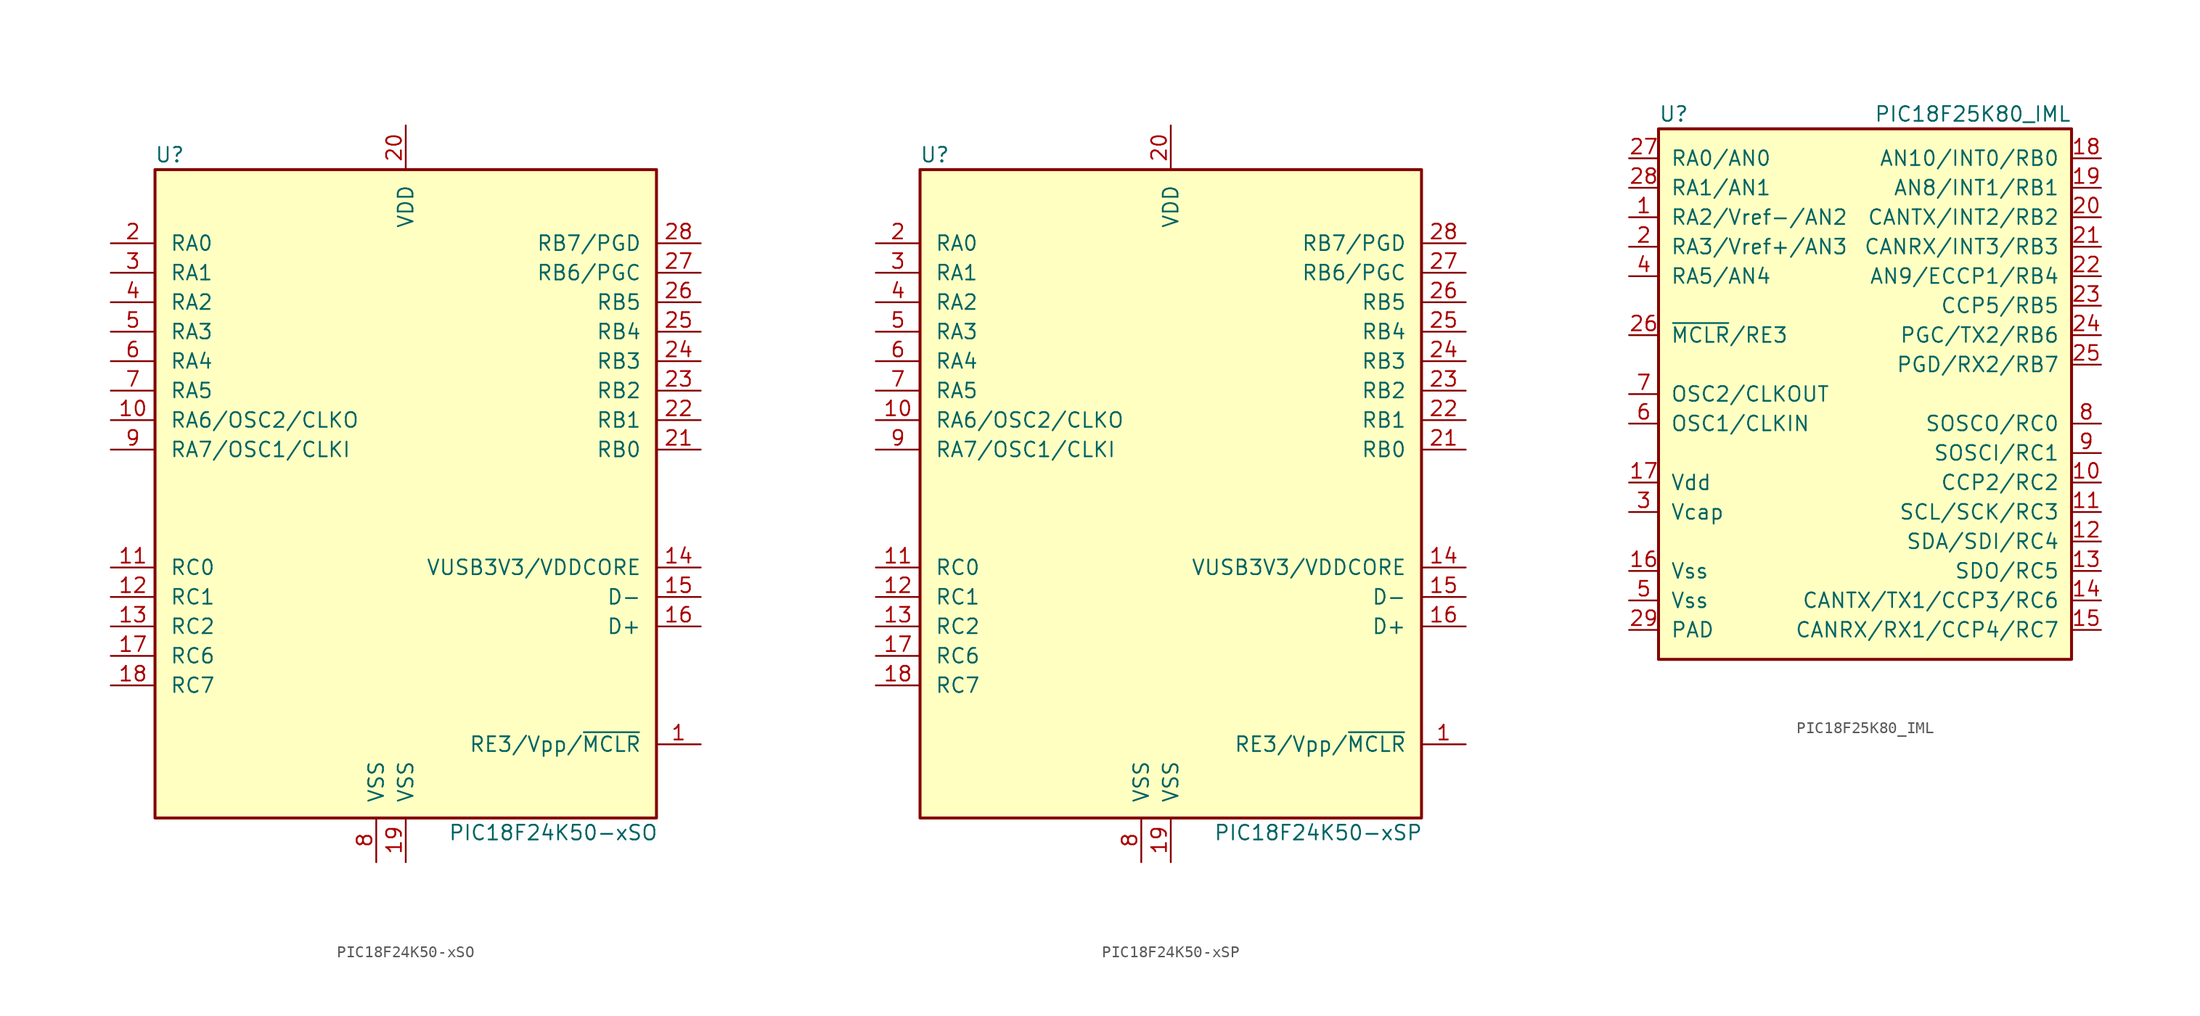
<source format=kicad_sym>
(kicad_symbol_lib
  (version 20211014)
  (generator kicad_symbol_editor)
  (symbol "PIC18F24K50-xSO"
    (pin_names
      (offset 1.27))
    (property "Reference" "U"
      (at -20.32 30.48 0)
      (effects (font (size 1.27 1.27))))
    (property "Value" "PIC18F24K50-xSO"
      (at 12.7 -27.94 0)
      (effects (font (size 1.27 1.27))))
    (symbol "PIC18F24K50-xSO_0_1"
      (rectangle (start -21.59 29.21) (end 21.59 -26.67) (stroke (width 0.254) (type default) (color 0 0 0 0)) (fill (type background))))
    (symbol "PIC18F24K50-xSO_1_1"
      (pin input line (at 25.4 -20.32 180) (length 3.81) (name "RE3/Vpp/~{MCLR}" (effects (font (size 1.27 1.27)))) (number "1" (effects (font (size 1.27 1.27)))))
      (pin output line (at -25.4 7.62 0) (length 3.81) (name "RA6/OSC2/CLKO" (effects (font (size 1.27 1.27)))) (number "10" (effects (font (size 1.27 1.27)))))
      (pin bidirectional line (at -25.4 -5.08 0) (length 3.81) (name "RC0" (effects (font (size 1.27 1.27)))) (number "11" (effects (font (size 1.27 1.27)))))
      (pin bidirectional line (at -25.4 -7.62 0) (length 3.81) (name "RC1" (effects (font (size 1.27 1.27)))) (number "12" (effects (font (size 1.27 1.27)))))
      (pin bidirectional line (at -25.4 -10.16 0) (length 3.81) (name "RC2" (effects (font (size 1.27 1.27)))) (number "13" (effects (font (size 1.27 1.27)))))
      (pin bidirectional line (at 25.4 -5.08 180) (length 3.81) (name "VUSB3V3/VDDCORE" (effects (font (size 1.27 1.27)))) (number "14" (effects (font (size 1.27 1.27)))))
      (pin bidirectional line (at 25.4 -7.62 180) (length 3.81) (name "D-" (effects (font (size 1.27 1.27)))) (number "15" (effects (font (size 1.27 1.27)))))
      (pin bidirectional line (at 25.4 -10.16 180) (length 3.81) (name "D+" (effects (font (size 1.27 1.27)))) (number "16" (effects (font (size 1.27 1.27)))))
      (pin bidirectional line (at -25.4 -12.7 0) (length 3.81) (name "RC6" (effects (font (size 1.27 1.27)))) (number "17" (effects (font (size 1.27 1.27)))))
      (pin bidirectional line (at -25.4 -15.24 0) (length 3.81) (name "RC7" (effects (font (size 1.27 1.27)))) (number "18" (effects (font (size 1.27 1.27)))))
      (pin power_in line (at 0 -30.48 90) (length 3.81) (name "VSS" (effects (font (size 1.27 1.27)))) (number "19" (effects (font (size 1.27 1.27)))))
      (pin bidirectional line (at -25.4 22.86 0) (length 3.81) (name "RA0" (effects (font (size 1.27 1.27)))) (number "2" (effects (font (size 1.27 1.27)))))
      (pin power_in line (at 0 33.02 270) (length 3.81) (name "VDD" (effects (font (size 1.27 1.27)))) (number "20" (effects (font (size 1.27 1.27)))))
      (pin bidirectional line (at 25.4 5.08 180) (length 3.81) (name "RB0" (effects (font (size 1.27 1.27)))) (number "21" (effects (font (size 1.27 1.27)))))
      (pin bidirectional line (at 25.4 7.62 180) (length 3.81) (name "RB1" (effects (font (size 1.27 1.27)))) (number "22" (effects (font (size 1.27 1.27)))))
      (pin bidirectional line (at 25.4 10.16 180) (length 3.81) (name "RB2" (effects (font (size 1.27 1.27)))) (number "23" (effects (font (size 1.27 1.27)))))
      (pin bidirectional line (at 25.4 12.7 180) (length 3.81) (name "RB3" (effects (font (size 1.27 1.27)))) (number "24" (effects (font (size 1.27 1.27)))))
      (pin bidirectional line (at 25.4 15.24 180) (length 3.81) (name "RB4" (effects (font (size 1.27 1.27)))) (number "25" (effects (font (size 1.27 1.27)))))
      (pin bidirectional line (at 25.4 17.78 180) (length 3.81) (name "RB5" (effects (font (size 1.27 1.27)))) (number "26" (effects (font (size 1.27 1.27)))))
      (pin bidirectional line (at 25.4 20.32 180) (length 3.81) (name "RB6/PGC" (effects (font (size 1.27 1.27)))) (number "27" (effects (font (size 1.27 1.27)))))
      (pin bidirectional line (at 25.4 22.86 180) (length 3.81) (name "RB7/PGD" (effects (font (size 1.27 1.27)))) (number "28" (effects (font (size 1.27 1.27)))))
      (pin bidirectional line (at -25.4 20.32 0) (length 3.81) (name "RA1" (effects (font (size 1.27 1.27)))) (number "3" (effects (font (size 1.27 1.27)))))
      (pin bidirectional line (at -25.4 17.78 0) (length 3.81) (name "RA2" (effects (font (size 1.27 1.27)))) (number "4" (effects (font (size 1.27 1.27)))))
      (pin bidirectional line (at -25.4 15.24 0) (length 3.81) (name "RA3" (effects (font (size 1.27 1.27)))) (number "5" (effects (font (size 1.27 1.27)))))
      (pin bidirectional line (at -25.4 12.7 0) (length 3.81) (name "RA4" (effects (font (size 1.27 1.27)))) (number "6" (effects (font (size 1.27 1.27)))))
      (pin bidirectional line (at -25.4 10.16 0) (length 3.81) (name "RA5" (effects (font (size 1.27 1.27)))) (number "7" (effects (font (size 1.27 1.27)))))
      (pin power_in line (at -2.54 -30.48 90) (length 3.81) (name "VSS" (effects (font (size 1.27 1.27)))) (number "8" (effects (font (size 1.27 1.27)))))
      (pin input line (at -25.4 5.08 0) (length 3.81) (name "RA7/OSC1/CLKI" (effects (font (size 1.27 1.27)))) (number "9" (effects (font (size 1.27 1.27)))))))
  (symbol "PIC18F24K50-xSP"
    (pin_names
      (offset 1.27))
    (property "Reference" "U"
      (at -20.32 30.48 0)
      (effects (font (size 1.27 1.27))))
    (property "Value" "PIC18F24K50-xSP"
      (at 12.7 -27.94 0)
      (effects (font (size 1.27 1.27))))
    (symbol "PIC18F24K50-xSP_0_1"
      (rectangle (start -21.59 29.21) (end 21.59 -26.67) (stroke (width 0.254) (type default) (color 0 0 0 0)) (fill (type background))))
    (symbol "PIC18F24K50-xSP_1_1"
      (pin input line (at 25.4 -20.32 180) (length 3.81) (name "RE3/Vpp/~{MCLR}" (effects (font (size 1.27 1.27)))) (number "1" (effects (font (size 1.27 1.27)))))
      (pin output line (at -25.4 7.62 0) (length 3.81) (name "RA6/OSC2/CLKO" (effects (font (size 1.27 1.27)))) (number "10" (effects (font (size 1.27 1.27)))))
      (pin bidirectional line (at -25.4 -5.08 0) (length 3.81) (name "RC0" (effects (font (size 1.27 1.27)))) (number "11" (effects (font (size 1.27 1.27)))))
      (pin bidirectional line (at -25.4 -7.62 0) (length 3.81) (name "RC1" (effects (font (size 1.27 1.27)))) (number "12" (effects (font (size 1.27 1.27)))))
      (pin bidirectional line (at -25.4 -10.16 0) (length 3.81) (name "RC2" (effects (font (size 1.27 1.27)))) (number "13" (effects (font (size 1.27 1.27)))))
      (pin bidirectional line (at 25.4 -5.08 180) (length 3.81) (name "VUSB3V3/VDDCORE" (effects (font (size 1.27 1.27)))) (number "14" (effects (font (size 1.27 1.27)))))
      (pin bidirectional line (at 25.4 -7.62 180) (length 3.81) (name "D-" (effects (font (size 1.27 1.27)))) (number "15" (effects (font (size 1.27 1.27)))))
      (pin bidirectional line (at 25.4 -10.16 180) (length 3.81) (name "D+" (effects (font (size 1.27 1.27)))) (number "16" (effects (font (size 1.27 1.27)))))
      (pin bidirectional line (at -25.4 -12.7 0) (length 3.81) (name "RC6" (effects (font (size 1.27 1.27)))) (number "17" (effects (font (size 1.27 1.27)))))
      (pin bidirectional line (at -25.4 -15.24 0) (length 3.81) (name "RC7" (effects (font (size 1.27 1.27)))) (number "18" (effects (font (size 1.27 1.27)))))
      (pin power_in line (at 0 -30.48 90) (length 3.81) (name "VSS" (effects (font (size 1.27 1.27)))) (number "19" (effects (font (size 1.27 1.27)))))
      (pin bidirectional line (at -25.4 22.86 0) (length 3.81) (name "RA0" (effects (font (size 1.27 1.27)))) (number "2" (effects (font (size 1.27 1.27)))))
      (pin power_in line (at 0 33.02 270) (length 3.81) (name "VDD" (effects (font (size 1.27 1.27)))) (number "20" (effects (font (size 1.27 1.27)))))
      (pin bidirectional line (at 25.4 5.08 180) (length 3.81) (name "RB0" (effects (font (size 1.27 1.27)))) (number "21" (effects (font (size 1.27 1.27)))))
      (pin bidirectional line (at 25.4 7.62 180) (length 3.81) (name "RB1" (effects (font (size 1.27 1.27)))) (number "22" (effects (font (size 1.27 1.27)))))
      (pin bidirectional line (at 25.4 10.16 180) (length 3.81) (name "RB2" (effects (font (size 1.27 1.27)))) (number "23" (effects (font (size 1.27 1.27)))))
      (pin bidirectional line (at 25.4 12.7 180) (length 3.81) (name "RB3" (effects (font (size 1.27 1.27)))) (number "24" (effects (font (size 1.27 1.27)))))
      (pin bidirectional line (at 25.4 15.24 180) (length 3.81) (name "RB4" (effects (font (size 1.27 1.27)))) (number "25" (effects (font (size 1.27 1.27)))))
      (pin bidirectional line (at 25.4 17.78 180) (length 3.81) (name "RB5" (effects (font (size 1.27 1.27)))) (number "26" (effects (font (size 1.27 1.27)))))
      (pin bidirectional line (at 25.4 20.32 180) (length 3.81) (name "RB6/PGC" (effects (font (size 1.27 1.27)))) (number "27" (effects (font (size 1.27 1.27)))))
      (pin bidirectional line (at 25.4 22.86 180) (length 3.81) (name "RB7/PGD" (effects (font (size 1.27 1.27)))) (number "28" (effects (font (size 1.27 1.27)))))
      (pin bidirectional line (at -25.4 20.32 0) (length 3.81) (name "RA1" (effects (font (size 1.27 1.27)))) (number "3" (effects (font (size 1.27 1.27)))))
      (pin bidirectional line (at -25.4 17.78 0) (length 3.81) (name "RA2" (effects (font (size 1.27 1.27)))) (number "4" (effects (font (size 1.27 1.27)))))
      (pin bidirectional line (at -25.4 15.24 0) (length 3.81) (name "RA3" (effects (font (size 1.27 1.27)))) (number "5" (effects (font (size 1.27 1.27)))))
      (pin bidirectional line (at -25.4 12.7 0) (length 3.81) (name "RA4" (effects (font (size 1.27 1.27)))) (number "6" (effects (font (size 1.27 1.27)))))
      (pin bidirectional line (at -25.4 10.16 0) (length 3.81) (name "RA5" (effects (font (size 1.27 1.27)))) (number "7" (effects (font (size 1.27 1.27)))))
      (pin power_in line (at -2.54 -30.48 90) (length 3.81) (name "VSS" (effects (font (size 1.27 1.27)))) (number "8" (effects (font (size 1.27 1.27)))))
      (pin input line (at -25.4 5.08 0) (length 3.81) (name "RA7/OSC1/CLKI" (effects (font (size 1.27 1.27)))) (number "9" (effects (font (size 1.27 1.27)))))))
  (symbol "PIC18F25K80_IML"
    (pin_names
      (offset 1.016))
    (property "Reference" "U"
      (at -17.78 24.13 0)
      (effects (font (size 1.27 1.27)) (justify left)))
    (property "Value" "PIC18F25K80_IML"
      (at 17.78 24.13 0)
      (effects (font (size 1.27 1.27)) (justify right)))
    (symbol "PIC18F25K80_IML_0_1"
      (rectangle (start -17.78 22.86) (end 17.78 -22.86) (stroke (width 0.254) (type default) (color 0 0 0 0)) (fill (type background))))
    (symbol "PIC18F25K80_IML_1_1"
      (pin bidirectional line (at -20.32 15.24 0) (length 2.54) (name "RA2/Vref-/AN2" (effects (font (size 1.27 1.27)))) (number "1" (effects (font (size 1.27 1.27)))))
      (pin bidirectional line (at 20.32 -7.62 180) (length 2.54) (name "CCP2/RC2" (effects (font (size 1.27 1.27)))) (number "10" (effects (font (size 1.27 1.27)))))
      (pin bidirectional line (at 20.32 -10.16 180) (length 2.54) (name "SCL/SCK/RC3" (effects (font (size 1.27 1.27)))) (number "11" (effects (font (size 1.27 1.27)))))
      (pin bidirectional line (at 20.32 -12.7 180) (length 2.54) (name "SDA/SDI/RC4" (effects (font (size 1.27 1.27)))) (number "12" (effects (font (size 1.27 1.27)))))
      (pin bidirectional line (at 20.32 -15.24 180) (length 2.54) (name "SDO/RC5" (effects (font (size 1.27 1.27)))) (number "13" (effects (font (size 1.27 1.27)))))
      (pin bidirectional line (at 20.32 -17.78 180) (length 2.54) (name "CANTX/TX1/CCP3/RC6" (effects (font (size 1.27 1.27)))) (number "14" (effects (font (size 1.27 1.27)))))
      (pin bidirectional line (at 20.32 -20.32 180) (length 2.54) (name "CANRX/RX1/CCP4/RC7" (effects (font (size 1.27 1.27)))) (number "15" (effects (font (size 1.27 1.27)))))
      (pin power_in line (at -20.32 -15.24 0) (length 2.54) (name "Vss" (effects (font (size 1.27 1.27)))) (number "16" (effects (font (size 1.27 1.27)))))
      (pin power_in line (at -20.32 -7.62 0) (length 2.54) (name "Vdd" (effects (font (size 1.27 1.27)))) (number "17" (effects (font (size 1.27 1.27)))))
      (pin bidirectional line (at 20.32 20.32 180) (length 2.54) (name "AN10/INT0/RB0" (effects (font (size 1.27 1.27)))) (number "18" (effects (font (size 1.27 1.27)))))
      (pin bidirectional line (at 20.32 17.78 180) (length 2.54) (name "AN8/INT1/RB1" (effects (font (size 1.27 1.27)))) (number "19" (effects (font (size 1.27 1.27)))))
      (pin bidirectional line (at -20.32 12.7 0) (length 2.54) (name "RA3/Vref+/AN3" (effects (font (size 1.27 1.27)))) (number "2" (effects (font (size 1.27 1.27)))))
      (pin bidirectional line (at 20.32 15.24 180) (length 2.54) (name "CANTX/INT2/RB2" (effects (font (size 1.27 1.27)))) (number "20" (effects (font (size 1.27 1.27)))))
      (pin bidirectional line (at 20.32 12.7 180) (length 2.54) (name "CANRX/INT3/RB3" (effects (font (size 1.27 1.27)))) (number "21" (effects (font (size 1.27 1.27)))))
      (pin bidirectional line (at 20.32 10.16 180) (length 2.54) (name "AN9/ECCP1/RB4" (effects (font (size 1.27 1.27)))) (number "22" (effects (font (size 1.27 1.27)))))
      (pin bidirectional line (at 20.32 7.62 180) (length 2.54) (name "CCP5/RB5" (effects (font (size 1.27 1.27)))) (number "23" (effects (font (size 1.27 1.27)))))
      (pin bidirectional line (at 20.32 5.08 180) (length 2.54) (name "PGC/TX2/RB6" (effects (font (size 1.27 1.27)))) (number "24" (effects (font (size 1.27 1.27)))))
      (pin bidirectional line (at 20.32 2.54 180) (length 2.54) (name "PGD/RX2/RB7" (effects (font (size 1.27 1.27)))) (number "25" (effects (font (size 1.27 1.27)))))
      (pin bidirectional line (at -20.32 5.08 0) (length 2.54) (name "~{MCLR}/RE3" (effects (font (size 1.27 1.27)))) (number "26" (effects (font (size 1.27 1.27)))))
      (pin bidirectional line (at -20.32 20.32 0) (length 2.54) (name "RA0/AN0" (effects (font (size 1.27 1.27)))) (number "27" (effects (font (size 1.27 1.27)))))
      (pin bidirectional line (at -20.32 17.78 0) (length 2.54) (name "RA1/AN1" (effects (font (size 1.27 1.27)))) (number "28" (effects (font (size 1.27 1.27)))))
      (pin power_in line (at -20.32 -20.32 0) (length 2.54) (name "PAD" (effects (font (size 1.27 1.27)))) (number "29" (effects (font (size 1.27 1.27)))))
      (pin power_in line (at -20.32 -10.16 0) (length 2.54) (name "Vcap" (effects (font (size 1.27 1.27)))) (number "3" (effects (font (size 1.27 1.27)))))
      (pin bidirectional line (at -20.32 10.16 0) (length 2.54) (name "RA5/AN4" (effects (font (size 1.27 1.27)))) (number "4" (effects (font (size 1.27 1.27)))))
      (pin power_in line (at -20.32 -17.78 0) (length 2.54) (name "Vss" (effects (font (size 1.27 1.27)))) (number "5" (effects (font (size 1.27 1.27)))))
      (pin input line (at -20.32 -2.54 0) (length 2.54) (name "OSC1/CLKIN" (effects (font (size 1.27 1.27)))) (number "6" (effects (font (size 1.27 1.27)))))
      (pin input line (at -20.32 0 0) (length 2.54) (name "OSC2/CLKOUT" (effects (font (size 1.27 1.27)))) (number "7" (effects (font (size 1.27 1.27)))))
      (pin bidirectional line (at 20.32 -2.54 180) (length 2.54) (name "SOSCO/RC0" (effects (font (size 1.27 1.27)))) (number "8" (effects (font (size 1.27 1.27)))))
      (pin bidirectional line (at 20.32 -5.08 180) (length 2.54) (name "SOSCI/RC1" (effects (font (size 1.27 1.27)))) (number "9" (effects (font (size 1.27 1.27))))))))
</source>
